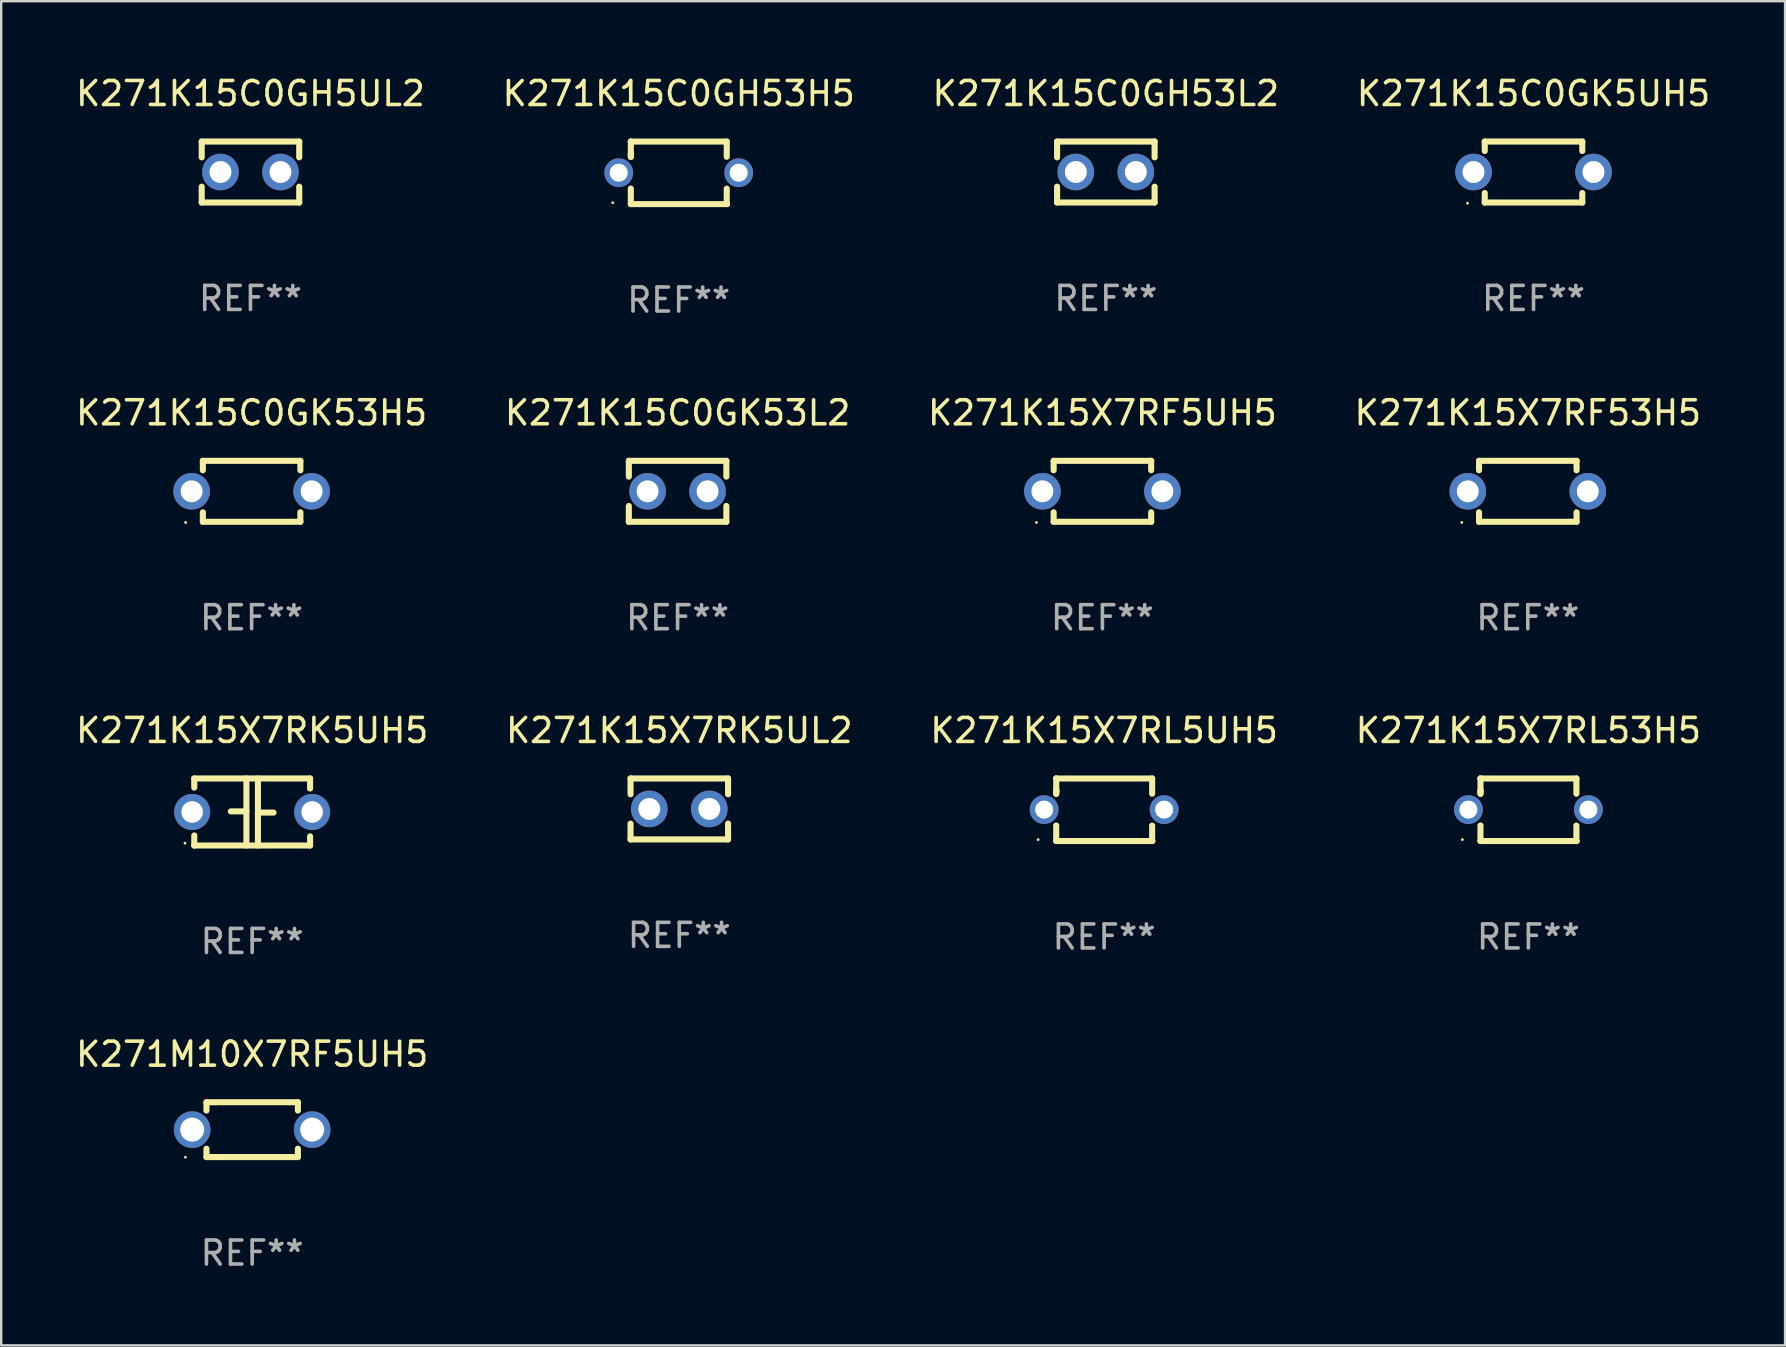
<source format=kicad_pcb>
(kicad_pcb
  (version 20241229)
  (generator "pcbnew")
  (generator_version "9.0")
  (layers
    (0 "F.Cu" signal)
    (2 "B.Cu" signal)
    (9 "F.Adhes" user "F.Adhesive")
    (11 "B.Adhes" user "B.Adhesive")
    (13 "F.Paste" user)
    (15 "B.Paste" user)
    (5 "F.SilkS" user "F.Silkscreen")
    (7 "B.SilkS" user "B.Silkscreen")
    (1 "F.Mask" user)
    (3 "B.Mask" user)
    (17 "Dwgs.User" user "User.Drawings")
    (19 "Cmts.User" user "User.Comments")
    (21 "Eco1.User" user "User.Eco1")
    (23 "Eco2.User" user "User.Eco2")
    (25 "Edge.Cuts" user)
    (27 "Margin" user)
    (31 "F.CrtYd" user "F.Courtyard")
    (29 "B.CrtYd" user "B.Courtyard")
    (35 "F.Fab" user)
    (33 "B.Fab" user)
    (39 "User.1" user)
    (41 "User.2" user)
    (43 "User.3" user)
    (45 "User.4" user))
  (footprint "K271K15C0GH53H5"
    (layer "F.Cu")
    (at 25.232 4.152)
    (property "Reference" "K271K15C0GH53H5" (at 0 -3.303 0) (layer "F.SilkS") (effects (font (size 1 1) (thickness 0.15))))
    (attr through_hole)
    (fp_line (start -1.996 -0.782) (end -1.983 -0.795) (stroke (width 0.254) (type solid)) (layer "F.SilkS"))
    (fp_line (start -1.996 -0.665) (end -1.996 -0.782) (stroke (width 0.254) (type solid)) (layer "F.SilkS"))
    (fp_line (start -1.996 1.297) (end -1.996 0.655) (stroke (width 0.254) (type solid)) (layer "F.SilkS"))
    (fp_line (start -1.996 -1.303) (end 2.001 -1.303) (stroke (width 0.254) (type solid)) (layer "F.SilkS"))
    (fp_line (start -1.995 -1.303) (end -1.996 -1.303) (stroke (width 0.254) (type solid)) (layer "F.SilkS"))
    (fp_line (start -1.995 -0.664) (end -1.995 -1.303) (stroke (width 0.254) (type solid)) (layer "F.SilkS"))
    (fp_line (start -1.99 1.303) (end -1.996 1.297) (stroke (width 0.254) (type solid)) (layer "F.SilkS"))
    (fp_line (start 2.001 -1.303) (end 2.001 -0.669) (stroke (width 0.254) (type solid)) (layer "F.SilkS"))
    (fp_line (start 2.001 0.659) (end 2.001 1.297) (stroke (width 0.254) (type solid)) (layer "F.SilkS"))
    (fp_line (start 2.001 1.297) (end 2.008 1.303) (stroke (width 0.254) (type solid)) (layer "F.SilkS"))
    (fp_line (start 2.008 1.303) (end -1.99 1.303) (stroke (width 0.254) (type solid)) (layer "F.SilkS"))
    (fp_circle (center -2.75 1.245) (end -2.72 1.245) (stroke (width 0.06) (type solid)) (fill no) (layer "F.SilkS"))
    (fp_text user "REF**" (at 0 5.303 0) (layer "F.Fab") (effects (font (size 1 1) (thickness 0.15))))
    (pad "1" thru_hole circle (at -2.5 -0.005) (size 1.2 1.2) (drill 0.75) (layers "*.Cu" "*.Mask"))
    (pad "2" thru_hole circle (at 2.5 -0.005) (size 1.2 1.2) (drill 0.75) (layers "*.Cu" "*.Mask")))
  (footprint "K271K15C0GH53L2"
    (layer "F.Cu")
    (at 43.03 4.118)
    (property "Reference" "K271K15C0GH53L2" (at 0 -3.27 0) (layer "F.SilkS") (effects (font (size 1 1) (thickness 0.15))))
    (attr through_hole)
    (fp_line (start -2.032 -1.27) (end -2.032 -0.611) (stroke (width 0.254) (type solid)) (layer "F.SilkS"))
    (fp_line (start -2.032 0.611) (end -2.032 1.27) (stroke (width 0.254) (type solid)) (layer "F.SilkS"))
    (fp_line (start -2.032 1.27) (end 2.032 1.27) (stroke (width 0.254) (type solid)) (layer "F.SilkS"))
    (fp_line (start 2.032 -1.27) (end -2.032 -1.27) (stroke (width 0.254) (type solid)) (layer "F.SilkS"))
    (fp_line (start 2.032 -0.611) (end 2.032 -1.27) (stroke (width 0.254) (type solid)) (layer "F.SilkS"))
    (fp_line (start 2.032 1.27) (end 2.032 0.611) (stroke (width 0.254) (type solid)) (layer "F.SilkS"))
    (fp_circle (center -2 1.3) (end -1.97 1.3) (stroke (width 0.06) (type solid)) (fill no) (layer "F.SilkS"))
    (fp_text user "REF**" (at 0 5.27 0) (layer "F.Fab") (effects (font (size 1 1) (thickness 0.15))))
    (pad "1" thru_hole circle (at -1.25 0) (size 1.524 1.524) (drill 0.914) (layers "*.Cu" "*.Mask"))
    (pad "2" thru_hole circle (at 1.25 0) (size 1.524 1.524) (drill 0.914) (layers "*.Cu" "*.Mask")))
  (footprint "K271K15X7RK5UL2"
    (layer "F.Cu")
    (at 25.256 30.658)
    (property "Reference" "K271K15X7RK5UL2" (at 0 -3.27 0) (layer "F.SilkS") (effects (font (size 1 1) (thickness 0.15))))
    (attr through_hole)
    (fp_line (start -2.032 -1.27) (end -2.032 -0.611) (stroke (width 0.254) (type solid)) (layer "F.SilkS"))
    (fp_line (start -2.032 0.611) (end -2.032 1.27) (stroke (width 0.254) (type solid)) (layer "F.SilkS"))
    (fp_line (start -2.032 1.27) (end 2.032 1.27) (stroke (width 0.254) (type solid)) (layer "F.SilkS"))
    (fp_line (start 2.032 -1.27) (end -2.032 -1.27) (stroke (width 0.254) (type solid)) (layer "F.SilkS"))
    (fp_line (start 2.032 -0.611) (end 2.032 -1.27) (stroke (width 0.254) (type solid)) (layer "F.SilkS"))
    (fp_line (start 2.032 1.27) (end 2.032 0.611) (stroke (width 0.254) (type solid)) (layer "F.SilkS"))
    (fp_circle (center -2 1.3) (end -1.97 1.3) (stroke (width 0.06) (type solid)) (fill no) (layer "F.SilkS"))
    (fp_text user "REF**" (at 0 5.27 0) (layer "F.Fab") (effects (font (size 1 1) (thickness 0.15))))
    (pad "1" thru_hole circle (at -1.25 0) (size 1.524 1.524) (drill 0.914) (layers "*.Cu" "*.Mask"))
    (pad "2" thru_hole circle (at 1.25 0) (size 1.524 1.524) (drill 0.914) (layers "*.Cu" "*.Mask")))
  (footprint "K271K15C0GK53H5"
    (layer "F.Cu")
    (at 7.435 17.422)
    (property "Reference" "K271K15C0GK53H5" (at 0 -3.27 0) (layer "F.SilkS") (effects (font (size 1 1) (thickness 0.15))))
    (attr through_hole)
    (fp_line (start -2.032 -1.27) (end -2.032 -0.876) (stroke (width 0.254) (type solid)) (layer "F.SilkS"))
    (fp_line (start -2.032 0.876) (end -2.032 1.27) (stroke (width 0.254) (type solid)) (layer "F.SilkS"))
    (fp_line (start -2.032 1.27) (end 2.032 1.27) (stroke (width 0.254) (type solid)) (layer "F.SilkS"))
    (fp_line (start 2.032 -1.27) (end -2.032 -1.27) (stroke (width 0.254) (type solid)) (layer "F.SilkS"))
    (fp_line (start 2.032 -0.876) (end 2.032 -1.27) (stroke (width 0.254) (type solid)) (layer "F.SilkS"))
    (fp_line (start 2.032 1.27) (end 2.032 0.876) (stroke (width 0.254) (type solid)) (layer "F.SilkS"))
    (fp_circle (center -2.751 1.3) (end -2.721 1.3) (stroke (width 0.06) (type solid)) (fill no) (layer "F.SilkS"))
    (fp_text user "REF**" (at 0 5.27 0) (layer "F.Fab") (effects (font (size 1 1) (thickness 0.15))))
    (pad "1" thru_hole circle (at -2.5 0) (size 1.524 1.524) (drill 0.914) (layers "*.Cu" "*.Mask"))
    (pad "2" thru_hole circle (at 2.5 0) (size 1.524 1.524) (drill 0.914) (layers "*.Cu" "*.Mask")))
  (footprint "K271K15X7RK5UH5"
    (layer "F.Cu")
    (at 7.458 30.785)
    (property "Reference" "K271K15X7RK5UH5" (at 0 -3.397 0) (layer "F.SilkS") (effects (font (size 1 1) (thickness 0.15))))
    (attr through_hole)
    (fp_line (start -2.413 -1.397) (end 2.413 -1.397) (stroke (width 0.254) (type solid)) (layer "F.SilkS"))
    (fp_line (start -2.413 -1.016) (end -2.413 -1.397) (stroke (width 0.254) (type solid)) (layer "F.SilkS"))
    (fp_line (start -2.413 0.977) (end -2.413 1.397) (stroke (width 0.254) (type solid)) (layer "F.SilkS"))
    (fp_line (start -0.24 -0.025) (end -0.889 -0.025) (stroke (width 0.254) (type solid)) (layer "F.SilkS"))
    (fp_line (start -0.24 1.397) (end -0.24 -1.397) (stroke (width 0.254) (type solid)) (layer "F.SilkS"))
    (fp_line (start 0.24 -1.397) (end 0.24 1.397) (stroke (width 0.254) (type solid)) (layer "F.SilkS"))
    (fp_line (start 0.24 0.025) (end 0.889 0.025) (stroke (width 0.254) (type solid)) (layer "F.SilkS"))
    (fp_line (start 2.413 -0.977) (end 2.413 -1.397) (stroke (width 0.254) (type solid)) (layer "F.SilkS"))
    (fp_line (start 2.413 1.016) (end 2.413 1.397) (stroke (width 0.254) (type solid)) (layer "F.SilkS"))
    (fp_line (start 2.413 1.397) (end -2.413 1.397) (stroke (width 0.254) (type solid)) (layer "F.SilkS"))
    (fp_circle (center -2.8 1.3) (end -2.77 1.3) (stroke (width 0.06) (type solid)) (fill no) (layer "F.SilkS"))
    (fp_text user "REF**" (at 0 5.397 0) (layer "F.Fab") (effects (font (size 1 1) (thickness 0.15))))
    (pad "1" thru_hole circle (at -2.5 0) (size 1.5 1.5) (drill 0.9) (layers "*.Cu" "*.Mask"))
    (pad "2" thru_hole circle (at 2.5 0) (size 1.5 1.5) (drill 0.9) (layers "*.Cu" "*.Mask")))
  (footprint "K271M10X7RF5UH5"
    (layer "F.Cu")
    (at 7.458 44.022)
    (property "Reference" "K271M10X7RF5UH5" (at 0 -3.143 0) (layer "F.SilkS") (effects (font (size 1 1) (thickness 0.15))))
    (attr through_hole)
    (fp_line (start -1.905 -1.143) (end 1.905 -1.143) (stroke (width 0.254) (type solid)) (layer "F.SilkS"))
    (fp_line (start -1.905 -0.795) (end -1.905 -1.143) (stroke (width 0.254) (type solid)) (layer "F.SilkS"))
    (fp_line (start -1.905 1.143) (end -1.905 0.795) (stroke (width 0.254) (type solid)) (layer "F.SilkS"))
    (fp_line (start 1.905 -1.143) (end 1.905 -0.795) (stroke (width 0.254) (type solid)) (layer "F.SilkS"))
    (fp_line (start 1.905 0.795) (end 1.905 1.143) (stroke (width 0.254) (type solid)) (layer "F.SilkS"))
    (fp_line (start 1.905 1.143) (end -1.905 1.143) (stroke (width 0.254) (type solid)) (layer "F.SilkS"))
    (fp_circle (center -2.781 1.15) (end -2.751 1.15) (stroke (width 0.06) (type solid)) (fill no) (layer "F.SilkS"))
    (fp_text user "REF**" (at 0 5.143 0) (layer "F.Fab") (effects (font (size 1 1) (thickness 0.15))))
    (pad "1" thru_hole circle (at -2.5 0) (size 1.524 1.524) (drill 1) (layers "*.Cu" "*.Mask"))
    (pad "2" thru_hole circle (at 2.5 0) (size 1.524 1.524) (drill 1) (layers "*.Cu" "*.Mask")))
  (footprint "K271K15X7RF53H5"
    (layer "F.Cu")
    (at 60.613 17.422)
    (property "Reference" "K271K15X7RF53H5" (at 0 -3.27 0) (layer "F.SilkS") (effects (font (size 1 1) (thickness 0.15))))
    (attr through_hole)
    (fp_line (start -2.032 -1.27) (end -2.032 -0.876) (stroke (width 0.254) (type solid)) (layer "F.SilkS"))
    (fp_line (start -2.032 0.876) (end -2.032 1.27) (stroke (width 0.254) (type solid)) (layer "F.SilkS"))
    (fp_line (start -2.032 1.27) (end 2.032 1.27) (stroke (width 0.254) (type solid)) (layer "F.SilkS"))
    (fp_line (start 2.032 -1.27) (end -2.032 -1.27) (stroke (width 0.254) (type solid)) (layer "F.SilkS"))
    (fp_line (start 2.032 -0.876) (end 2.032 -1.27) (stroke (width 0.254) (type solid)) (layer "F.SilkS"))
    (fp_line (start 2.032 1.27) (end 2.032 0.876) (stroke (width 0.254) (type solid)) (layer "F.SilkS"))
    (fp_circle (center -2.751 1.3) (end -2.721 1.3) (stroke (width 0.06) (type solid)) (fill no) (layer "F.SilkS"))
    (fp_text user "REF**" (at 0 5.27 0) (layer "F.Fab") (effects (font (size 1 1) (thickness 0.15))))
    (pad "1" thru_hole circle (at -2.5 0) (size 1.524 1.524) (drill 0.914) (layers "*.Cu" "*.Mask"))
    (pad "2" thru_hole circle (at 2.5 0) (size 1.524 1.524) (drill 0.914) (layers "*.Cu" "*.Mask")))
  (footprint "K271K15C0GH5UL2"
    (layer "F.Cu")
    (at 7.387 4.118)
    (property "Reference" "K271K15C0GH5UL2" (at 0 -3.27 0) (layer "F.SilkS") (effects (font (size 1 1) (thickness 0.15))))
    (attr through_hole)
    (fp_line (start -2.032 -1.27) (end -2.032 -0.611) (stroke (width 0.254) (type solid)) (layer "F.SilkS"))
    (fp_line (start -2.032 0.611) (end -2.032 1.27) (stroke (width 0.254) (type solid)) (layer "F.SilkS"))
    (fp_line (start -2.032 1.27) (end 2.032 1.27) (stroke (width 0.254) (type solid)) (layer "F.SilkS"))
    (fp_line (start 2.032 -1.27) (end -2.032 -1.27) (stroke (width 0.254) (type solid)) (layer "F.SilkS"))
    (fp_line (start 2.032 -0.611) (end 2.032 -1.27) (stroke (width 0.254) (type solid)) (layer "F.SilkS"))
    (fp_line (start 2.032 1.27) (end 2.032 0.611) (stroke (width 0.254) (type solid)) (layer "F.SilkS"))
    (fp_circle (center -2 1.3) (end -1.97 1.3) (stroke (width 0.06) (type solid)) (fill no) (layer "F.SilkS"))
    (fp_text user "REF**" (at 0 5.27 0) (layer "F.Fab") (effects (font (size 1 1) (thickness 0.15))))
    (pad "1" thru_hole circle (at -1.25 0) (size 1.524 1.524) (drill 0.914) (layers "*.Cu" "*.Mask"))
    (pad "2" thru_hole circle (at 1.25 0) (size 1.524 1.524) (drill 0.914) (layers "*.Cu" "*.Mask")))
  (footprint "K271K15C0GK53L2"
    (layer "F.Cu")
    (at 25.185 17.422)
    (property "Reference" "K271K15C0GK53L2" (at 0 -3.27 0) (layer "F.SilkS") (effects (font (size 1 1) (thickness 0.15))))
    (attr through_hole)
    (fp_line (start -2.032 -1.27) (end -2.032 -0.611) (stroke (width 0.254) (type solid)) (layer "F.SilkS"))
    (fp_line (start -2.032 0.611) (end -2.032 1.27) (stroke (width 0.254) (type solid)) (layer "F.SilkS"))
    (fp_line (start -2.032 1.27) (end 2.032 1.27) (stroke (width 0.254) (type solid)) (layer "F.SilkS"))
    (fp_line (start 2.032 -1.27) (end -2.032 -1.27) (stroke (width 0.254) (type solid)) (layer "F.SilkS"))
    (fp_line (start 2.032 -0.611) (end 2.032 -1.27) (stroke (width 0.254) (type solid)) (layer "F.SilkS"))
    (fp_line (start 2.032 1.27) (end 2.032 0.611) (stroke (width 0.254) (type solid)) (layer "F.SilkS"))
    (fp_circle (center -2 1.3) (end -1.97 1.3) (stroke (width 0.06) (type solid)) (fill no) (layer "F.SilkS"))
    (fp_text user "REF**" (at 0 5.27 0) (layer "F.Fab") (effects (font (size 1 1) (thickness 0.15))))
    (pad "1" thru_hole circle (at -1.25 0) (size 1.524 1.524) (drill 0.914) (layers "*.Cu" "*.Mask"))
    (pad "2" thru_hole circle (at 1.25 0) (size 1.524 1.524) (drill 0.914) (layers "*.Cu" "*.Mask")))
  (footprint "K271K15X7RF5UH5"
    (layer "F.Cu")
    (at 42.887 17.422)
    (property "Reference" "K271K15X7RF5UH5" (at 0 -3.27 0) (layer "F.SilkS") (effects (font (size 1 1) (thickness 0.15))))
    (attr through_hole)
    (fp_line (start -2.032 -1.27) (end -2.032 -0.876) (stroke (width 0.254) (type solid)) (layer "F.SilkS"))
    (fp_line (start -2.032 0.876) (end -2.032 1.27) (stroke (width 0.254) (type solid)) (layer "F.SilkS"))
    (fp_line (start -2.032 1.27) (end 2.032 1.27) (stroke (width 0.254) (type solid)) (layer "F.SilkS"))
    (fp_line (start 2.032 -1.27) (end -2.032 -1.27) (stroke (width 0.254) (type solid)) (layer "F.SilkS"))
    (fp_line (start 2.032 -0.876) (end 2.032 -1.27) (stroke (width 0.254) (type solid)) (layer "F.SilkS"))
    (fp_line (start 2.032 1.27) (end 2.032 0.876) (stroke (width 0.254) (type solid)) (layer "F.SilkS"))
    (fp_circle (center -2.751 1.3) (end -2.721 1.3) (stroke (width 0.06) (type solid)) (fill no) (layer "F.SilkS"))
    (fp_text user "REF**" (at 0 5.27 0) (layer "F.Fab") (effects (font (size 1 1) (thickness 0.15))))
    (pad "1" thru_hole circle (at -2.5 0) (size 1.524 1.524) (drill 0.914) (layers "*.Cu" "*.Mask"))
    (pad "2" thru_hole circle (at 2.5 0) (size 1.524 1.524) (drill 0.914) (layers "*.Cu" "*.Mask")))
  (footprint "K271K15C0GK5UH5"
    (layer "F.Cu")
    (at 60.851 4.118)
    (property "Reference" "K271K15C0GK5UH5" (at 0 -3.27 0) (layer "F.SilkS") (effects (font (size 1 1) (thickness 0.15))))
    (attr through_hole)
    (fp_line (start -2.032 -1.27) (end -2.032 -0.876) (stroke (width 0.254) (type solid)) (layer "F.SilkS"))
    (fp_line (start -2.032 0.876) (end -2.032 1.27) (stroke (width 0.254) (type solid)) (layer "F.SilkS"))
    (fp_line (start -2.032 1.27) (end 2.032 1.27) (stroke (width 0.254) (type solid)) (layer "F.SilkS"))
    (fp_line (start 2.032 -1.27) (end -2.032 -1.27) (stroke (width 0.254) (type solid)) (layer "F.SilkS"))
    (fp_line (start 2.032 -0.876) (end 2.032 -1.27) (stroke (width 0.254) (type solid)) (layer "F.SilkS"))
    (fp_line (start 2.032 1.27) (end 2.032 0.876) (stroke (width 0.254) (type solid)) (layer "F.SilkS"))
    (fp_circle (center -2.751 1.3) (end -2.721 1.3) (stroke (width 0.06) (type solid)) (fill no) (layer "F.SilkS"))
    (fp_text user "REF**" (at 0 5.27 0) (layer "F.Fab") (effects (font (size 1 1) (thickness 0.15))))
    (pad "1" thru_hole circle (at -2.5 0) (size 1.524 1.524) (drill 0.914) (layers "*.Cu" "*.Mask"))
    (pad "2" thru_hole circle (at 2.5 0) (size 1.524 1.524) (drill 0.914) (layers "*.Cu" "*.Mask")))
  (footprint "K271K15X7RL53H5"
    (layer "F.Cu")
    (at 60.637 30.692)
    (property "Reference" "K271K15X7RL53H5" (at 0 -3.303 0) (layer "F.SilkS") (effects (font (size 1 1) (thickness 0.15))))
    (attr through_hole)
    (fp_line (start -1.996 -0.782) (end -1.983 -0.795) (stroke (width 0.254) (type solid)) (layer "F.SilkS"))
    (fp_line (start -1.996 -0.665) (end -1.996 -0.782) (stroke (width 0.254) (type solid)) (layer "F.SilkS"))
    (fp_line (start -1.996 1.297) (end -1.996 0.655) (stroke (width 0.254) (type solid)) (layer "F.SilkS"))
    (fp_line (start -1.996 -1.303) (end 2.001 -1.303) (stroke (width 0.254) (type solid)) (layer "F.SilkS"))
    (fp_line (start -1.995 -1.303) (end -1.996 -1.303) (stroke (width 0.254) (type solid)) (layer "F.SilkS"))
    (fp_line (start -1.995 -0.664) (end -1.995 -1.303) (stroke (width 0.254) (type solid)) (layer "F.SilkS"))
    (fp_line (start -1.99 1.303) (end -1.996 1.297) (stroke (width 0.254) (type solid)) (layer "F.SilkS"))
    (fp_line (start 2.001 -1.303) (end 2.001 -0.669) (stroke (width 0.254) (type solid)) (layer "F.SilkS"))
    (fp_line (start 2.001 0.659) (end 2.001 1.297) (stroke (width 0.254) (type solid)) (layer "F.SilkS"))
    (fp_line (start 2.001 1.297) (end 2.008 1.303) (stroke (width 0.254) (type solid)) (layer "F.SilkS"))
    (fp_line (start 2.008 1.303) (end -1.99 1.303) (stroke (width 0.254) (type solid)) (layer "F.SilkS"))
    (fp_circle (center -2.75 1.245) (end -2.72 1.245) (stroke (width 0.06) (type solid)) (fill no) (layer "F.SilkS"))
    (fp_text user "REF**" (at 0 5.303 0) (layer "F.Fab") (effects (font (size 1 1) (thickness 0.15))))
    (pad "1" thru_hole circle (at -2.5 -0.005) (size 1.2 1.2) (drill 0.75) (layers "*.Cu" "*.Mask"))
    (pad "2" thru_hole circle (at 2.5 -0.005) (size 1.2 1.2) (drill 0.75) (layers "*.Cu" "*.Mask")))
  (footprint "K271K15X7RL5UH5"
    (layer "F.Cu")
    (at 42.958 30.692)
    (property "Reference" "K271K15X7RL5UH5" (at 0 -3.303 0) (layer "F.SilkS") (effects (font (size 1 1) (thickness 0.15))))
    (attr through_hole)
    (fp_line (start -1.996 -0.782) (end -1.983 -0.795) (stroke (width 0.254) (type solid)) (layer "F.SilkS"))
    (fp_line (start -1.996 -0.665) (end -1.996 -0.782) (stroke (width 0.254) (type solid)) (layer "F.SilkS"))
    (fp_line (start -1.996 1.297) (end -1.996 0.655) (stroke (width 0.254) (type solid)) (layer "F.SilkS"))
    (fp_line (start -1.996 -1.303) (end 2.001 -1.303) (stroke (width 0.254) (type solid)) (layer "F.SilkS"))
    (fp_line (start -1.995 -1.303) (end -1.996 -1.303) (stroke (width 0.254) (type solid)) (layer "F.SilkS"))
    (fp_line (start -1.995 -0.664) (end -1.995 -1.303) (stroke (width 0.254) (type solid)) (layer "F.SilkS"))
    (fp_line (start -1.99 1.303) (end -1.996 1.297) (stroke (width 0.254) (type solid)) (layer "F.SilkS"))
    (fp_line (start 2.001 -1.303) (end 2.001 -0.669) (stroke (width 0.254) (type solid)) (layer "F.SilkS"))
    (fp_line (start 2.001 0.659) (end 2.001 1.297) (stroke (width 0.254) (type solid)) (layer "F.SilkS"))
    (fp_line (start 2.001 1.297) (end 2.008 1.303) (stroke (width 0.254) (type solid)) (layer "F.SilkS"))
    (fp_line (start 2.008 1.303) (end -1.99 1.303) (stroke (width 0.254) (type solid)) (layer "F.SilkS"))
    (fp_circle (center -2.75 1.245) (end -2.72 1.245) (stroke (width 0.06) (type solid)) (fill no) (layer "F.SilkS"))
    (fp_text user "REF**" (at 0 5.303 0) (layer "F.Fab") (effects (font (size 1 1) (thickness 0.15))))
    (pad "1" thru_hole circle (at -2.5 -0.005) (size 1.2 1.2) (drill 0.75) (layers "*.Cu" "*.Mask"))
    (pad "2" thru_hole circle (at 2.5 -0.005) (size 1.2 1.2) (drill 0.75) (layers "*.Cu" "*.Mask")))
  (gr_rect
    (start -3 -3)
    (end 71.333 53.013)
    (stroke (width 0.1) (type default))
    (fill no)
    (layer "Edge.Cuts")))
</source>
